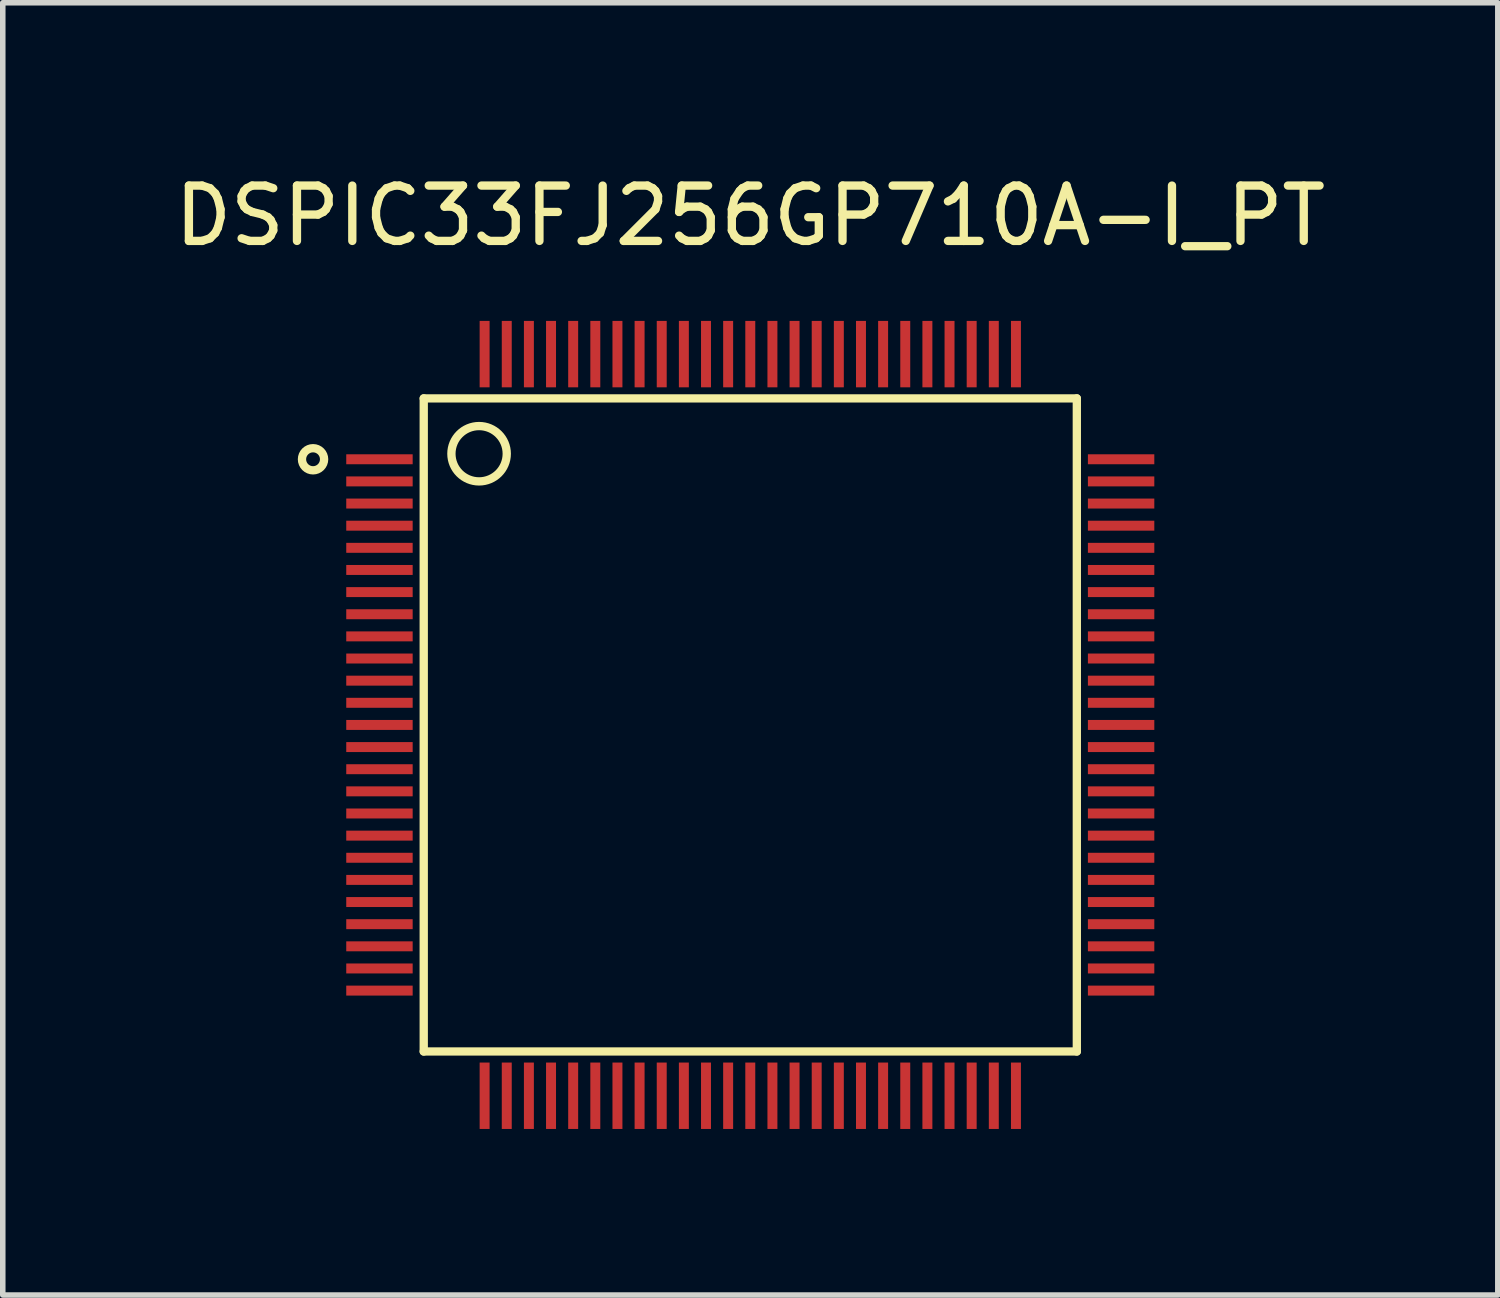
<source format=kicad_pcb>
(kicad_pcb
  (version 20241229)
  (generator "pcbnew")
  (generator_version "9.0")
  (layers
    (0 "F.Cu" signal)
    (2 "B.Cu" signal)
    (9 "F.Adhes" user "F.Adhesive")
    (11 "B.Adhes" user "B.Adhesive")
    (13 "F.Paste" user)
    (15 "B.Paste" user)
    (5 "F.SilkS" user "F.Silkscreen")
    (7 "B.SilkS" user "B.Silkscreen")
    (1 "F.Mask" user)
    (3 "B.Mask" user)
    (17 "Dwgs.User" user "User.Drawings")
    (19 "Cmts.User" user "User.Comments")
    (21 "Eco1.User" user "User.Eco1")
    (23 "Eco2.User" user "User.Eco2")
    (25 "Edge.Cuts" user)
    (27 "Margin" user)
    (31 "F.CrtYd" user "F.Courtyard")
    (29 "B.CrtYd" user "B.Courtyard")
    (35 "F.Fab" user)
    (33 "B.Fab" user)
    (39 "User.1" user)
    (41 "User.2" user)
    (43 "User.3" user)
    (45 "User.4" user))
  (footprint "DSPIC33FJ256GP710A-I_PT"
    (layer "F.Cu")
    (at 3.806 3.348)
    (property "Reference" "DSPIC33FJ256GP710A-I_PT" (at 6.7 -2.5 0) (layer "F.SilkS") (effects (font (size 1 1) (thickness 0.15))))
    (attr through_hole)
    (fp_line (start 0.8 0.8) (end 0.8 12.6) (stroke (width 0.15) (type solid)) (layer "F.SilkS"))
    (fp_line (start 0.8 0.8) (end 12.6 0.8) (stroke (width 0.15) (type solid)) (layer "F.SilkS"))
    (fp_line (start 0.8 12.6) (end 12.6 12.6) (stroke (width 0.15) (type solid)) (layer "F.SilkS"))
    (fp_line (start 12.6 12.6) (end 12.6 0.8) (stroke (width 0.15) (type solid)) (layer "F.SilkS"))
    (fp_circle (center -1.2 1.9) (end -1.2 1.7) (stroke (width 0.15) (type solid)) (fill no) (layer "F.SilkS"))
    (fp_circle (center 1.8 1.8) (end 1.8 1.3) (stroke (width 0.15) (type solid)) (fill no) (layer "F.SilkS"))
    (pad "1" smd rect (at 0 1.9) (size 1.2 0.18) (layers "F.Cu" "F.Mask" "F.Paste"))
    (pad "2" smd rect (at 0 2.3) (size 1.2 0.18) (layers "F.Cu" "F.Mask" "F.Paste"))
    (pad "3" smd rect (at 0 2.7) (size 1.2 0.18) (layers "F.Cu" "F.Mask" "F.Paste"))
    (pad "4" smd rect (at 0 3.1) (size 1.2 0.18) (layers "F.Cu" "F.Mask" "F.Paste"))
    (pad "5" smd rect (at 0 3.5) (size 1.2 0.18) (layers "F.Cu" "F.Mask" "F.Paste"))
    (pad "6" smd rect (at 0 3.9) (size 1.2 0.18) (layers "F.Cu" "F.Mask" "F.Paste"))
    (pad "7" smd rect (at 0 4.3) (size 1.2 0.18) (layers "F.Cu" "F.Mask" "F.Paste"))
    (pad "8" smd rect (at 0 4.7) (size 1.2 0.18) (layers "F.Cu" "F.Mask" "F.Paste"))
    (pad "9" smd rect (at 0 5.1) (size 1.2 0.18) (layers "F.Cu" "F.Mask" "F.Paste"))
    (pad "10" smd rect (at 0 5.5) (size 1.2 0.18) (layers "F.Cu" "F.Mask" "F.Paste"))
    (pad "11" smd rect (at 0 5.9) (size 1.2 0.18) (layers "F.Cu" "F.Mask" "F.Paste"))
    (pad "12" smd rect (at 0 6.3) (size 1.2 0.18) (layers "F.Cu" "F.Mask" "F.Paste"))
    (pad "13" smd rect (at 0 6.7) (size 1.2 0.18) (layers "F.Cu" "F.Mask" "F.Paste"))
    (pad "14" smd rect (at 0 7.1) (size 1.2 0.18) (layers "F.Cu" "F.Mask" "F.Paste"))
    (pad "15" smd rect (at 0 7.5) (size 1.2 0.18) (layers "F.Cu" "F.Mask" "F.Paste"))
    (pad "16" smd rect (at 0 7.9) (size 1.2 0.18) (layers "F.Cu" "F.Mask" "F.Paste"))
    (pad "17" smd rect (at 0 8.3) (size 1.2 0.18) (layers "F.Cu" "F.Mask" "F.Paste"))
    (pad "18" smd rect (at 0 8.7) (size 1.2 0.18) (layers "F.Cu" "F.Mask" "F.Paste"))
    (pad "19" smd rect (at 0 9.1) (size 1.2 0.18) (layers "F.Cu" "F.Mask" "F.Paste"))
    (pad "20" smd rect (at 0 9.5) (size 1.2 0.18) (layers "F.Cu" "F.Mask" "F.Paste"))
    (pad "21" smd rect (at 0 9.9) (size 1.2 0.18) (layers "F.Cu" "F.Mask" "F.Paste"))
    (pad "22" smd rect (at 0 10.3) (size 1.2 0.18) (layers "F.Cu" "F.Mask" "F.Paste"))
    (pad "23" smd rect (at 0 10.7) (size 1.2 0.18) (layers "F.Cu" "F.Mask" "F.Paste"))
    (pad "24" smd rect (at 0 11.1) (size 1.2 0.18) (layers "F.Cu" "F.Mask" "F.Paste"))
    (pad "25" smd rect (at 0 11.5) (size 1.2 0.18) (layers "F.Cu" "F.Mask" "F.Paste"))
    (pad "26" smd rect (at 1.9 13.4) (size 0.18 1.2) (layers "F.Cu" "F.Mask" "F.Paste"))
    (pad "27" smd rect (at 2.3 13.4) (size 0.18 1.2) (layers "F.Cu" "F.Mask" "F.Paste"))
    (pad "28" smd rect (at 2.7 13.4) (size 0.18 1.2) (layers "F.Cu" "F.Mask" "F.Paste"))
    (pad "29" smd rect (at 3.1 13.4) (size 0.18 1.2) (layers "F.Cu" "F.Mask" "F.Paste"))
    (pad "30" smd rect (at 3.5 13.4) (size 0.18 1.2) (layers "F.Cu" "F.Mask" "F.Paste"))
    (pad "31" smd rect (at 3.9 13.4) (size 0.18 1.2) (layers "F.Cu" "F.Mask" "F.Paste"))
    (pad "32" smd rect (at 4.3 13.4) (size 0.18 1.2) (layers "F.Cu" "F.Mask" "F.Paste"))
    (pad "33" smd rect (at 4.7 13.4) (size 0.18 1.2) (layers "F.Cu" "F.Mask" "F.Paste"))
    (pad "34" smd rect (at 5.1 13.4) (size 0.18 1.2) (layers "F.Cu" "F.Mask" "F.Paste"))
    (pad "35" smd rect (at 5.5 13.4) (size 0.18 1.2) (layers "F.Cu" "F.Mask" "F.Paste"))
    (pad "36" smd rect (at 5.9 13.4) (size 0.18 1.2) (layers "F.Cu" "F.Mask" "F.Paste"))
    (pad "37" smd rect (at 6.3 13.4) (size 0.18 1.2) (layers "F.Cu" "F.Mask" "F.Paste"))
    (pad "38" smd rect (at 6.7 13.4) (size 0.18 1.2) (layers "F.Cu" "F.Mask" "F.Paste"))
    (pad "39" smd rect (at 7.1 13.4) (size 0.18 1.2) (layers "F.Cu" "F.Mask" "F.Paste"))
    (pad "40" smd rect (at 7.5 13.4) (size 0.18 1.2) (layers "F.Cu" "F.Mask" "F.Paste"))
    (pad "41" smd rect (at 7.9 13.4) (size 0.18 1.2) (layers "F.Cu" "F.Mask" "F.Paste"))
    (pad "42" smd rect (at 8.3 13.4) (size 0.18 1.2) (layers "F.Cu" "F.Mask" "F.Paste"))
    (pad "43" smd rect (at 8.7 13.4) (size 0.18 1.2) (layers "F.Cu" "F.Mask" "F.Paste"))
    (pad "44" smd rect (at 9.1 13.4) (size 0.18 1.2) (layers "F.Cu" "F.Mask" "F.Paste"))
    (pad "45" smd rect (at 9.5 13.4) (size 0.18 1.2) (layers "F.Cu" "F.Mask" "F.Paste"))
    (pad "46" smd rect (at 9.9 13.4) (size 0.18 1.2) (layers "F.Cu" "F.Mask" "F.Paste"))
    (pad "47" smd rect (at 10.3 13.4) (size 0.18 1.2) (layers "F.Cu" "F.Mask" "F.Paste"))
    (pad "48" smd rect (at 10.7 13.4) (size 0.18 1.2) (layers "F.Cu" "F.Mask" "F.Paste"))
    (pad "49" smd rect (at 11.1 13.4) (size 0.18 1.2) (layers "F.Cu" "F.Mask" "F.Paste"))
    (pad "50" smd rect (at 11.5 13.4) (size 0.18 1.2) (layers "F.Cu" "F.Mask" "F.Paste"))
    (pad "51" smd rect (at 13.4 11.5) (size 1.2 0.18) (layers "F.Cu" "F.Mask" "F.Paste"))
    (pad "52" smd rect (at 13.4 11.1) (size 1.2 0.18) (layers "F.Cu" "F.Mask" "F.Paste"))
    (pad "53" smd rect (at 13.4 10.7) (size 1.2 0.18) (layers "F.Cu" "F.Mask" "F.Paste"))
    (pad "54" smd rect (at 13.4 10.3) (size 1.2 0.18) (layers "F.Cu" "F.Mask" "F.Paste"))
    (pad "55" smd rect (at 13.4 9.9) (size 1.2 0.18) (layers "F.Cu" "F.Mask" "F.Paste"))
    (pad "56" smd rect (at 13.4 9.5) (size 1.2 0.18) (layers "F.Cu" "F.Mask" "F.Paste"))
    (pad "57" smd rect (at 13.4 9.1) (size 1.2 0.18) (layers "F.Cu" "F.Mask" "F.Paste"))
    (pad "58" smd rect (at 13.4 8.7) (size 1.2 0.18) (layers "F.Cu" "F.Mask" "F.Paste"))
    (pad "59" smd rect (at 13.4 8.3) (size 1.2 0.18) (layers "F.Cu" "F.Mask" "F.Paste"))
    (pad "60" smd rect (at 13.4 7.9) (size 1.2 0.18) (layers "F.Cu" "F.Mask" "F.Paste"))
    (pad "61" smd rect (at 13.4 7.5) (size 1.2 0.18) (layers "F.Cu" "F.Mask" "F.Paste"))
    (pad "62" smd rect (at 13.4 7.1) (size 1.2 0.18) (layers "F.Cu" "F.Mask" "F.Paste"))
    (pad "63" smd rect (at 13.4 6.7) (size 1.2 0.18) (layers "F.Cu" "F.Mask" "F.Paste"))
    (pad "64" smd rect (at 13.4 6.3) (size 1.2 0.18) (layers "F.Cu" "F.Mask" "F.Paste"))
    (pad "65" smd rect (at 13.4 5.9) (size 1.2 0.18) (layers "F.Cu" "F.Mask" "F.Paste"))
    (pad "66" smd rect (at 13.4 5.5) (size 1.2 0.18) (layers "F.Cu" "F.Mask" "F.Paste"))
    (pad "67" smd rect (at 13.4 5.1) (size 1.2 0.18) (layers "F.Cu" "F.Mask" "F.Paste"))
    (pad "68" smd rect (at 13.4 4.7) (size 1.2 0.18) (layers "F.Cu" "F.Mask" "F.Paste"))
    (pad "69" smd rect (at 13.4 4.3) (size 1.2 0.18) (layers "F.Cu" "F.Mask" "F.Paste"))
    (pad "70" smd rect (at 13.4 3.9) (size 1.2 0.18) (layers "F.Cu" "F.Mask" "F.Paste"))
    (pad "71" smd rect (at 13.4 3.5) (size 1.2 0.18) (layers "F.Cu" "F.Mask" "F.Paste"))
    (pad "72" smd rect (at 13.4 3.1) (size 1.2 0.18) (layers "F.Cu" "F.Mask" "F.Paste"))
    (pad "73" smd rect (at 13.4 2.7) (size 1.2 0.18) (layers "F.Cu" "F.Mask" "F.Paste"))
    (pad "74" smd rect (at 13.4 2.3) (size 1.2 0.18) (layers "F.Cu" "F.Mask" "F.Paste"))
    (pad "75" smd rect (at 13.4 1.9) (size 1.2 0.18) (layers "F.Cu" "F.Mask" "F.Paste"))
    (pad "76" smd rect (at 11.5 0) (size 0.18 1.2) (layers "F.Cu" "F.Mask" "F.Paste"))
    (pad "77" smd rect (at 11.1 0) (size 0.18 1.2) (layers "F.Cu" "F.Mask" "F.Paste"))
    (pad "78" smd rect (at 10.7 0) (size 0.18 1.2) (layers "F.Cu" "F.Mask" "F.Paste"))
    (pad "79" smd rect (at 10.3 0) (size 0.18 1.2) (layers "F.Cu" "F.Mask" "F.Paste"))
    (pad "80" smd rect (at 9.9 0) (size 0.18 1.2) (layers "F.Cu" "F.Mask" "F.Paste"))
    (pad "81" smd rect (at 9.5 0) (size 0.18 1.2) (layers "F.Cu" "F.Mask" "F.Paste"))
    (pad "82" smd rect (at 9.1 0) (size 0.18 1.2) (layers "F.Cu" "F.Mask" "F.Paste"))
    (pad "83" smd rect (at 8.7 0) (size 0.18 1.2) (layers "F.Cu" "F.Mask" "F.Paste"))
    (pad "84" smd rect (at 8.3 0) (size 0.18 1.2) (layers "F.Cu" "F.Mask" "F.Paste"))
    (pad "85" smd rect (at 7.9 0) (size 0.18 1.2) (layers "F.Cu" "F.Mask" "F.Paste"))
    (pad "86" smd rect (at 7.5 0) (size 0.18 1.2) (layers "F.Cu" "F.Mask" "F.Paste"))
    (pad "87" smd rect (at 7.1 0) (size 0.18 1.2) (layers "F.Cu" "F.Mask" "F.Paste"))
    (pad "88" smd rect (at 6.7 0) (size 0.18 1.2) (layers "F.Cu" "F.Mask" "F.Paste"))
    (pad "89" smd rect (at 6.3 0) (size 0.18 1.2) (layers "F.Cu" "F.Mask" "F.Paste"))
    (pad "90" smd rect (at 5.9 0) (size 0.18 1.2) (layers "F.Cu" "F.Mask" "F.Paste"))
    (pad "91" smd rect (at 5.5 0) (size 0.18 1.2) (layers "F.Cu" "F.Mask" "F.Paste"))
    (pad "92" smd rect (at 5.1 0) (size 0.18 1.2) (layers "F.Cu" "F.Mask" "F.Paste"))
    (pad "93" smd rect (at 4.7 0) (size 0.18 1.2) (layers "F.Cu" "F.Mask" "F.Paste"))
    (pad "94" smd rect (at 4.3 0) (size 0.18 1.2) (layers "F.Cu" "F.Mask" "F.Paste"))
    (pad "95" smd rect (at 3.9 0) (size 0.18 1.2) (layers "F.Cu" "F.Mask" "F.Paste"))
    (pad "96" smd rect (at 3.5 0) (size 0.18 1.2) (layers "F.Cu" "F.Mask" "F.Paste"))
    (pad "97" smd rect (at 3.1 0) (size 0.18 1.2) (layers "F.Cu" "F.Mask" "F.Paste"))
    (pad "98" smd rect (at 2.7 0) (size 0.18 1.2) (layers "F.Cu" "F.Mask" "F.Paste"))
    (pad "99" smd rect (at 2.3 0) (size 0.18 1.2) (layers "F.Cu" "F.Mask" "F.Paste"))
    (pad "100" smd rect (at 1.9 0) (size 0.18 1.2) (layers "F.Cu" "F.Mask" "F.Paste")))
  (gr_rect
    (start -3 -3)
    (end 24.012 20.348)
    (stroke (width 0.1) (type default))
    (fill no)
    (layer "Edge.Cuts")))
</source>
